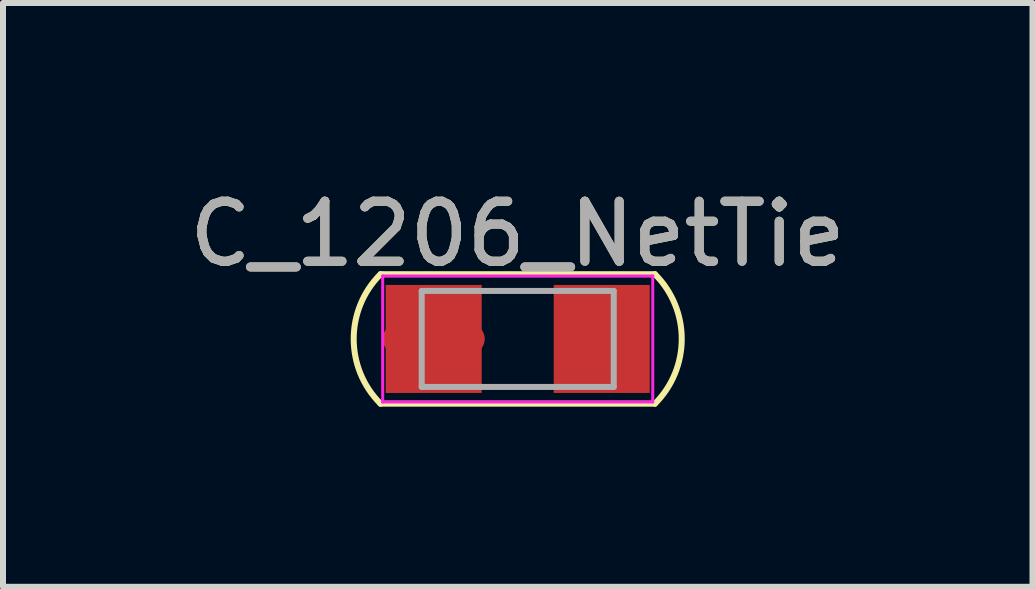
<source format=kicad_pcb>
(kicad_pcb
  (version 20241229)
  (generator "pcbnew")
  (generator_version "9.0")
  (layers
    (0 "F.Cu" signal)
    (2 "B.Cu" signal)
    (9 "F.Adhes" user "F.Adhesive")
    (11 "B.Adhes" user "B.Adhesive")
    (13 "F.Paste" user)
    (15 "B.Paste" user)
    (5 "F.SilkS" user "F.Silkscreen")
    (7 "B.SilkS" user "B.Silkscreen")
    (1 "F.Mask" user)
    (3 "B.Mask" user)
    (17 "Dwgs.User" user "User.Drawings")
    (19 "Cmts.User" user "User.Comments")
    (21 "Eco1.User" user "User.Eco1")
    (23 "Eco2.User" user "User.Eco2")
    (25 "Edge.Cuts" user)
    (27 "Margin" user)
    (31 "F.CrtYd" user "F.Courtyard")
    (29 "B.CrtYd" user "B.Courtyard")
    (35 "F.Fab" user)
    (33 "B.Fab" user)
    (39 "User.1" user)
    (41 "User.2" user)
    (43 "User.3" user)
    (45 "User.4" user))
  (footprint "C_1206_NetTie"
    (layer "F.Cu")
    (at 5.577 2.598)
    (property "Reference" "C_1206_NetTie" (at 0 -1.75 0) (layer "F.SilkS") (effects (font (size 1 1) (thickness 0.15))))
    (attr smd)
    (fp_line (start -2 0) (end -0.8 0) (stroke (width 0.5) (type solid)) (layer "F.Cu"))
    (fp_line (start -2.286 -1.079) (end 2.286 -1.079) (stroke (width 0.1) (type solid)) (layer "F.SilkS"))
    (fp_line (start 2.286 1.079) (end -2.286 1.079) (stroke (width 0.1) (type solid)) (layer "F.SilkS"))
    (fp_arc (start -2.286 1.0795) (mid -2.733144 0) (end -2.286 -1.0795) (stroke (width 0.1) (type solid)) (layer "F.SilkS"))
    (fp_arc (start 2.286 -1.0795) (mid 2.733144 0) (end 2.286 1.0795) (stroke (width 0.1) (type solid)) (layer "F.SilkS"))
    (fp_line (start -2.25 -1.05) (end -2.25 1.05) (stroke (width 0.05) (type solid)) (layer "F.CrtYd"))
    (fp_line (start -2.25 -1.05) (end 2.25 -1.05) (stroke (width 0.05) (type solid)) (layer "F.CrtYd"))
    (fp_line (start 2.25 1.05) (end -2.25 1.05) (stroke (width 0.05) (type solid)) (layer "F.CrtYd"))
    (fp_line (start 2.25 1.05) (end 2.25 -1.05) (stroke (width 0.05) (type solid)) (layer "F.CrtYd"))
    (fp_line (start -1.6 -0.8) (end 1.6 -0.8) (stroke (width 0.1) (type solid)) (layer "F.Fab"))
    (fp_line (start -1.6 0.8) (end -1.6 -0.8) (stroke (width 0.1) (type solid)) (layer "F.Fab"))
    (fp_line (start 1.6 -0.8) (end 1.6 0.8) (stroke (width 0.1) (type solid)) (layer "F.Fab"))
    (fp_line (start 1.6 0.8) (end -1.6 0.8) (stroke (width 0.1) (type solid)) (layer "F.Fab"))
    (fp_text user "${REFERENCE}" (at 0 -1.75 0) (layer "F.Fab") (effects (font (size 1 1) (thickness 0.15))))
    (pad "1" smd rect (at -1.4 0.5) (size 1.6 0.8) (layers "F.Cu" "F.Mask" "F.Paste"))
    (pad "2" smd rect (at 1.4 0) (size 1.6 1.8) (layers "F.Cu" "F.Mask" "F.Paste"))
    (pad "3" smd rect (at -1.4 -0.5) (size 1.6 0.8) (layers "F.Cu" "F.Mask" "F.Paste")))
  (gr_rect
    (start -3 -3)
    (end 14.155 6.728)
    (stroke (width 0.1) (type default))
    (fill no)
    (layer "Edge.Cuts")))
</source>
